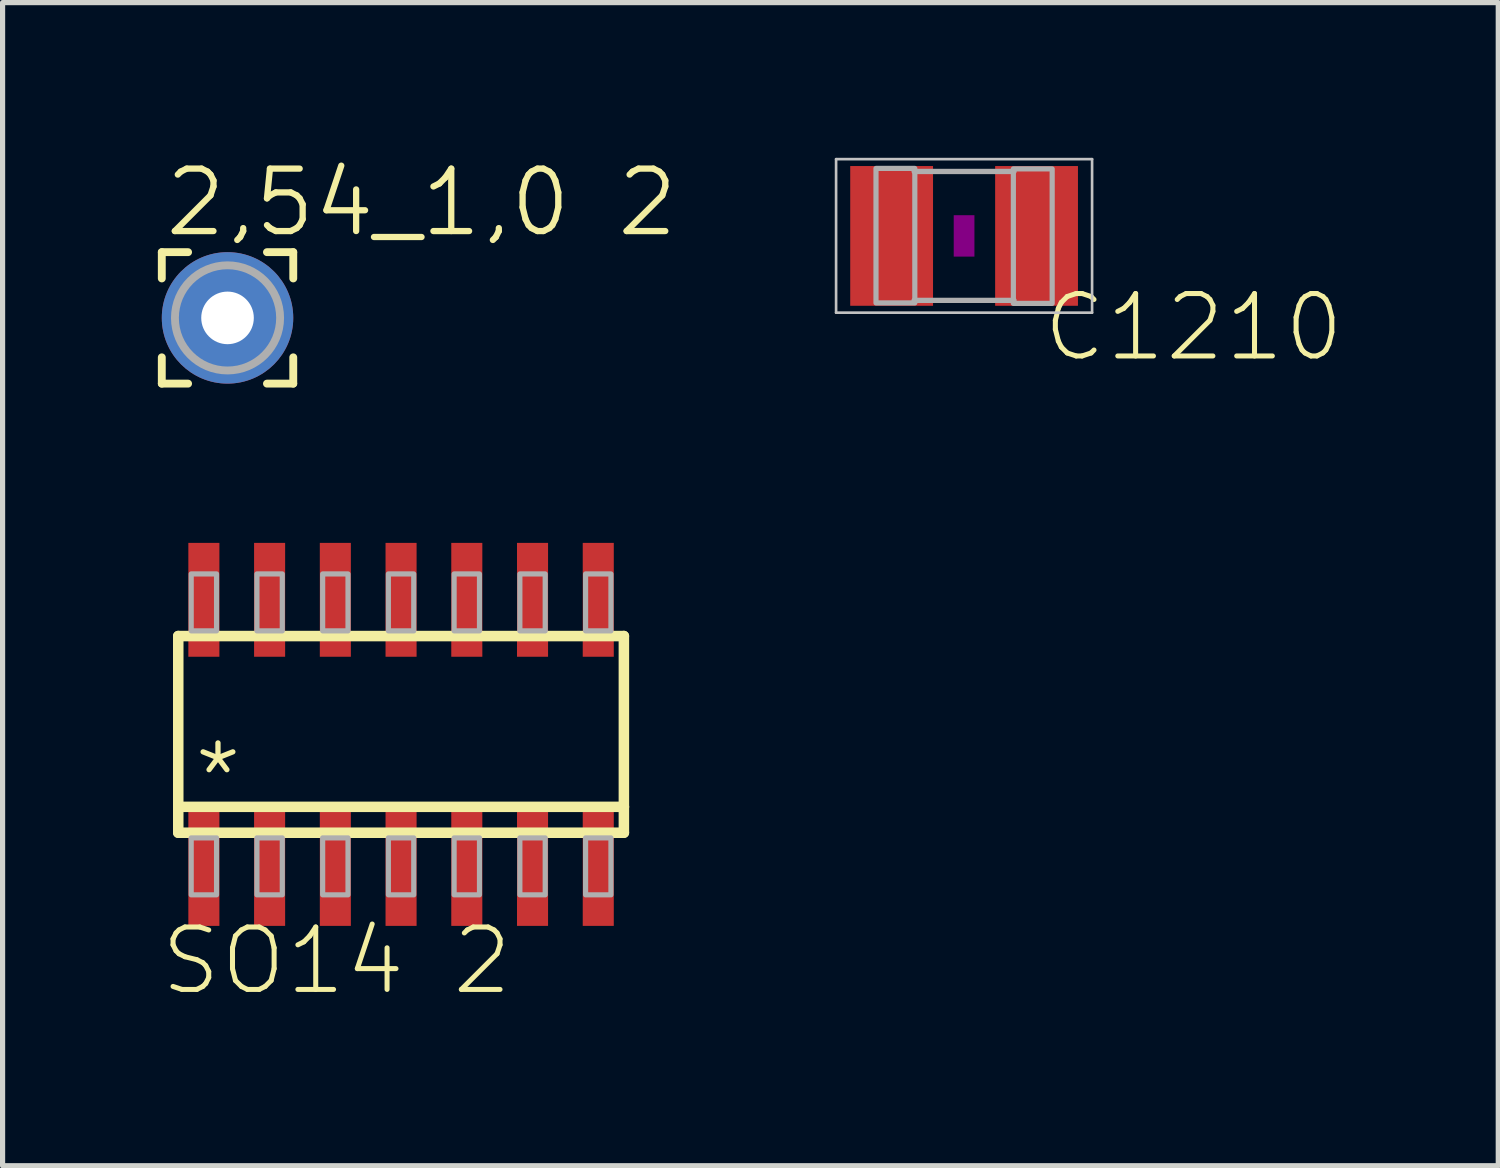
<source format=kicad_pcb>
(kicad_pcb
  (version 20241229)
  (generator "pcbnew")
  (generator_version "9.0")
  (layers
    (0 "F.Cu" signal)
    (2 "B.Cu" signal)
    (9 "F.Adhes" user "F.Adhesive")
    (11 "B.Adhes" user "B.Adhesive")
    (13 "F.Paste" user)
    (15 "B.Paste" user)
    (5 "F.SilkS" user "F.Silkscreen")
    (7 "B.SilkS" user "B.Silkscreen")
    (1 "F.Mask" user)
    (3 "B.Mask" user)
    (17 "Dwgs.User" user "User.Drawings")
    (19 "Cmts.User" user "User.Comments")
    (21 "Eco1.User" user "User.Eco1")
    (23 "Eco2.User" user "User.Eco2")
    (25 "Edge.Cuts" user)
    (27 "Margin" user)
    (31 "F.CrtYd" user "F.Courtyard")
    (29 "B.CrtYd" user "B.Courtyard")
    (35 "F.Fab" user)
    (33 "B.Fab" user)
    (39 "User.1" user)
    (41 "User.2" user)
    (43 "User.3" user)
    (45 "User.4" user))
  (footprint "2,54_1,0 2"
    (layer "F.Cu")
    (at 1.346 3.092)
    (property "Reference" "2,54_1,0 2" (at -1.27 -1.524 180) (layer "F.SilkS") (effects (font (size 1.206 1.206) (thickness 0.121)) (justify left bottom)))
    (attr through_hole)
    (fp_line (start -1.27 -1.27) (end -1.27 -0.762) (stroke (width 0.152) (type solid)) (layer "F.SilkS"))
    (fp_line (start -1.27 -1.27) (end -0.762 -1.27) (stroke (width 0.152) (type solid)) (layer "F.SilkS"))
    (fp_line (start -1.27 1.27) (end -1.27 0.762) (stroke (width 0.152) (type solid)) (layer "F.SilkS"))
    (fp_line (start -1.27 1.27) (end -0.762 1.27) (stroke (width 0.152) (type solid)) (layer "F.SilkS"))
    (fp_line (start 0.762 1.27) (end 1.27 1.27) (stroke (width 0.152) (type solid)) (layer "F.SilkS"))
    (fp_line (start 1.27 -1.27) (end 0.762 -1.27) (stroke (width 0.152) (type solid)) (layer "F.SilkS"))
    (fp_line (start 1.27 -1.27) (end 1.27 -0.762) (stroke (width 0.152) (type solid)) (layer "F.SilkS"))
    (fp_line (start 1.27 1.27) (end 1.27 0.762) (stroke (width 0.152) (type solid)) (layer "F.SilkS"))
    (fp_circle (center 0 0) (end 1.016 0) (stroke (width 0.152) (type solid)) (fill no) (layer "F.Fab"))
    (pad "1" thru_hole circle (at 0 0) (size 2.54 2.54) (drill 1.016) (layers "*.Cu" "*.Mask")))
  (footprint "SO14 2"
    (layer "F.Cu")
    (at 4.699 11.139)
    (property "Reference" "SO14 2" (at -4.699 5.08 180) (layer "F.SilkS") (effects (font (size 1.206 1.206) (thickness 0.097)) (justify left bottom)))
    (attr through_hole)
    (fp_line (start -4.305 -1.9) (end 4.305 -1.9) (stroke (width 0.203) (type solid)) (layer "F.SilkS"))
    (fp_line (start -4.305 1.4) (end -4.305 -1.9) (stroke (width 0.203) (type solid)) (layer "F.SilkS"))
    (fp_line (start -4.305 1.9) (end -4.305 1.4) (stroke (width 0.203) (type solid)) (layer "F.SilkS"))
    (fp_line (start 4.305 -1.9) (end 4.305 1.4) (stroke (width 0.203) (type solid)) (layer "F.SilkS"))
    (fp_line (start 4.305 1.4) (end -4.305 1.4) (stroke (width 0.203) (type solid)) (layer "F.SilkS"))
    (fp_line (start 4.305 1.4) (end 4.305 1.9) (stroke (width 0.203) (type solid)) (layer "F.SilkS"))
    (fp_line (start 4.305 1.9) (end -4.305 1.9) (stroke (width 0.203) (type solid)) (layer "F.SilkS"))
    (fp_poly (pts (xy -4.055 -2) (xy -3.565 -2) (xy -3.565 -3.1) (xy -4.055 -3.1)) (stroke (width 0.1) (type solid)) (fill no) (layer "F.Fab"))
    (fp_poly (pts (xy -4.055 3.1) (xy -3.565 3.1) (xy -3.565 2) (xy -4.055 2)) (stroke (width 0.1) (type solid)) (fill no) (layer "F.Fab"))
    (fp_poly (pts (xy -2.785 -2) (xy -2.295 -2) (xy -2.295 -3.1) (xy -2.785 -3.1)) (stroke (width 0.1) (type solid)) (fill no) (layer "F.Fab"))
    (fp_poly (pts (xy -2.785 3.1) (xy -2.295 3.1) (xy -2.295 2) (xy -2.785 2)) (stroke (width 0.1) (type solid)) (fill no) (layer "F.Fab"))
    (fp_poly (pts (xy -1.515 -2) (xy -1.025 -2) (xy -1.025 -3.1) (xy -1.515 -3.1)) (stroke (width 0.1) (type solid)) (fill no) (layer "F.Fab"))
    (fp_poly (pts (xy -1.515 3.1) (xy -1.025 3.1) (xy -1.025 2) (xy -1.515 2)) (stroke (width 0.1) (type solid)) (fill no) (layer "F.Fab"))
    (fp_poly (pts (xy -0.245 -2) (xy 0.245 -2) (xy 0.245 -3.1) (xy -0.245 -3.1)) (stroke (width 0.1) (type solid)) (fill no) (layer "F.Fab"))
    (fp_poly (pts (xy -0.245 3.1) (xy 0.245 3.1) (xy 0.245 2) (xy -0.245 2)) (stroke (width 0.1) (type solid)) (fill no) (layer "F.Fab"))
    (fp_poly (pts (xy 1.025 -2) (xy 1.515 -2) (xy 1.515 -3.1) (xy 1.025 -3.1)) (stroke (width 0.1) (type solid)) (fill no) (layer "F.Fab"))
    (fp_poly (pts (xy 1.025 3.1) (xy 1.515 3.1) (xy 1.515 2) (xy 1.025 2)) (stroke (width 0.1) (type solid)) (fill no) (layer "F.Fab"))
    (fp_poly (pts (xy 2.295 -2) (xy 2.785 -2) (xy 2.785 -3.1) (xy 2.295 -3.1)) (stroke (width 0.1) (type solid)) (fill no) (layer "F.Fab"))
    (fp_poly (pts (xy 2.295 3.1) (xy 2.785 3.1) (xy 2.785 2) (xy 2.295 2)) (stroke (width 0.1) (type solid)) (fill no) (layer "F.Fab"))
    (fp_poly (pts (xy 3.565 -2) (xy 4.055 -2) (xy 4.055 -3.1) (xy 3.565 -3.1)) (stroke (width 0.1) (type solid)) (fill no) (layer "F.Fab"))
    (fp_poly (pts (xy 3.565 3.1) (xy 4.055 3.1) (xy 4.055 2) (xy 3.565 2)) (stroke (width 0.1) (type solid)) (fill no) (layer "F.Fab"))
    (fp_text user "*" (at -4.064 1.524 0) (layer "F.SilkS") (effects (font (size 1.206 1.206) (thickness 0.102)) (justify left bottom)))
    (pad "1" smd rect (at -3.81 2.6) (size 0.6 2.2) (layers "F.Cu" "F.Mask" "F.Paste"))
    (pad "2" smd rect (at -2.54 2.6) (size 0.6 2.2) (layers "F.Cu" "F.Mask" "F.Paste"))
    (pad "3" smd rect (at -1.27 2.6) (size 0.6 2.2) (layers "F.Cu" "F.Mask" "F.Paste"))
    (pad "4" smd rect (at 0 2.6) (size 0.6 2.2) (layers "F.Cu" "F.Mask" "F.Paste"))
    (pad "5" smd rect (at 1.27 2.6) (size 0.6 2.2) (layers "F.Cu" "F.Mask" "F.Paste"))
    (pad "6" smd rect (at 2.54 2.6) (size 0.6 2.2) (layers "F.Cu" "F.Mask" "F.Paste"))
    (pad "7" smd rect (at 3.81 2.6) (size 0.6 2.2) (layers "F.Cu" "F.Mask" "F.Paste"))
    (pad "8" smd rect (at 3.81 -2.6) (size 0.6 2.2) (layers "F.Cu" "F.Mask" "F.Paste"))
    (pad "9" smd rect (at 2.54 -2.6) (size 0.6 2.2) (layers "F.Cu" "F.Mask" "F.Paste"))
    (pad "10" smd rect (at 1.27 -2.6) (size 0.6 2.2) (layers "F.Cu" "F.Mask" "F.Paste"))
    (pad "11" smd rect (at 0 -2.6) (size 0.6 2.2) (layers "F.Cu" "F.Mask" "F.Paste"))
    (pad "12" smd rect (at -1.27 -2.6) (size 0.6 2.2) (layers "F.Cu" "F.Mask" "F.Paste"))
    (pad "13" smd rect (at -2.54 -2.6) (size 0.6 2.2) (layers "F.Cu" "F.Mask" "F.Paste"))
    (pad "14" smd rect (at -3.81 -2.6) (size 0.6 2.2) (layers "F.Cu" "F.Mask" "F.Paste")))
  (footprint "C1210"
    (layer "F.Cu")
    (at 15.577 1.508)
    (property "Reference" "C1210" (at 1.47 2.472 0) (layer "F.SilkS") (effects (font (size 1.206 1.206) (thickness 0.097)) (justify left bottom)))
    (attr through_hole)
    (fp_poly (pts (xy -0.2 0.4) (xy 0.2 0.4) (xy 0.2 -0.4) (xy -0.2 -0.4)) (stroke (width 0) (type solid)) (fill yes) (layer "F.Adhes"))
    (fp_line (start -2.473 -1.483) (end 2.473 -1.483) (stroke (width 0.051) (type solid)) (layer "Dwgs.User"))
    (fp_line (start -2.473 1.483) (end -2.473 -1.483) (stroke (width 0.051) (type solid)) (layer "Dwgs.User"))
    (fp_line (start 2.473 -1.483) (end 2.473 1.483) (stroke (width 0.051) (type solid)) (layer "Dwgs.User"))
    (fp_line (start 2.473 1.483) (end -2.473 1.483) (stroke (width 0.051) (type solid)) (layer "Dwgs.User"))
    (fp_line (start -0.965 -1.245) (end 0.965 -1.245) (stroke (width 0.102) (type solid)) (layer "F.Fab"))
    (fp_line (start -0.965 1.245) (end 0.965 1.245) (stroke (width 0.102) (type solid)) (layer "F.Fab"))
    (fp_poly (pts (xy -1.702 1.295) (xy -0.952 1.295) (xy -0.952 -1.304) (xy -1.702 -1.304)) (stroke (width 0.1) (type solid)) (fill no) (layer "F.Fab"))
    (fp_poly (pts (xy 0.952 1.304) (xy 1.702 1.304) (xy 1.702 -1.295) (xy 0.952 -1.295)) (stroke (width 0.1) (type solid)) (fill no) (layer "F.Fab"))
    (pad "1" smd rect (at -1.4 0) (size 1.6 2.7) (layers "F.Cu" "F.Mask" "F.Paste"))
    (pad "2" smd rect (at 1.4 0) (size 1.6 2.7) (layers "F.Cu" "F.Mask" "F.Paste")))
  (gr_rect
    (start -3 -3)
    (end 25.898 19.473)
    (stroke (width 0.1) (type default))
    (fill no)
    (layer "Edge.Cuts")))
</source>
